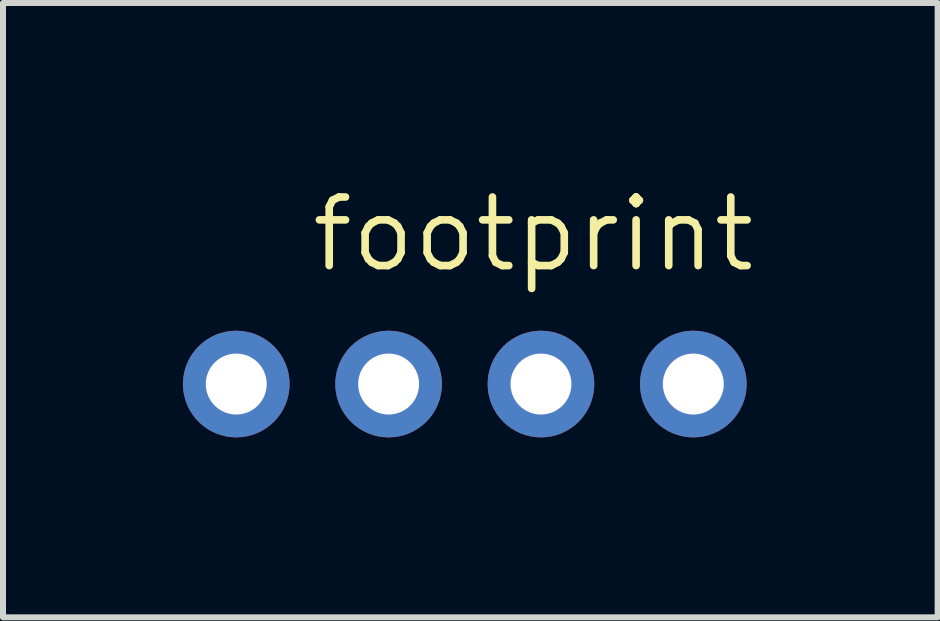
<source format=kicad_pcb>
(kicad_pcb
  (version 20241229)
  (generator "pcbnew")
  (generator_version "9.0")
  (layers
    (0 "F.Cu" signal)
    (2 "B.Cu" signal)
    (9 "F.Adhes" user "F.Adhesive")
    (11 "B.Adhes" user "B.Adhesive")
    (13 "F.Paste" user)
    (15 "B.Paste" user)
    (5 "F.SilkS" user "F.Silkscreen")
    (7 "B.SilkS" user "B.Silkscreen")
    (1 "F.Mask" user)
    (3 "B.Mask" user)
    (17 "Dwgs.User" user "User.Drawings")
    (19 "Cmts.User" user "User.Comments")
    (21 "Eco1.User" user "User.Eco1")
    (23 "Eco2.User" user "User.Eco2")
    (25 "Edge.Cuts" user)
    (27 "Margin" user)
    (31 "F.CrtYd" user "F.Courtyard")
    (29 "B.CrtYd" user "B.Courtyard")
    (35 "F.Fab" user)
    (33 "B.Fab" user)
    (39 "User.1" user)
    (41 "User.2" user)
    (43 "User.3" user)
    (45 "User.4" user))
  (footprint "footprint"
    (layer "F.Cu")
    (at 4.699 3.353)
    (property "Reference" "footprint" (at -2.616 -1.829 0) (layer "F.SilkS") (effects (font (size 1.143 1.143) (thickness 0.127)) (justify left bottom)))
    (fp_poly (pts (xy -4.064 0.254) (xy -3.556 0.254) (xy -3.556 -0.254) (xy -4.064 -0.254)) (stroke (width 0.1) (type solid)) (fill no) (layer "F.Fab"))
    (fp_poly (pts (xy -1.524 0.254) (xy -1.016 0.254) (xy -1.016 -0.254) (xy -1.524 -0.254)) (stroke (width 0.1) (type solid)) (fill no) (layer "F.Fab"))
    (fp_poly (pts (xy 1.016 0.254) (xy 1.524 0.254) (xy 1.524 -0.254) (xy 1.016 -0.254)) (stroke (width 0.1) (type solid)) (fill no) (layer "F.Fab"))
    (fp_poly (pts (xy 3.556 0.254) (xy 4.064 0.254) (xy 4.064 -0.254) (xy 3.556 -0.254)) (stroke (width 0.1) (type solid)) (fill no) (layer "F.Fab"))
    (pad "1" thru_hole circle (at -3.81 0 90) (size 1.778 1.778) (drill 1.016) (layers "*.Cu" "*.Mask"))
    (pad "2" thru_hole circle (at -1.27 0 90) (size 1.778 1.778) (drill 1.016) (layers "*.Cu" "*.Mask"))
    (pad "3" thru_hole circle (at 1.27 0 90) (size 1.778 1.778) (drill 1.016) (layers "*.Cu" "*.Mask"))
    (pad "4" thru_hole circle (at 3.81 0 90) (size 1.778 1.778) (drill 1.016) (layers "*.Cu" "*.Mask")))
  (gr_rect
    (start -3 -3)
    (end 12.583 7.242)
    (stroke (width 0.1) (type default))
    (fill no)
    (layer "Edge.Cuts")))
</source>
